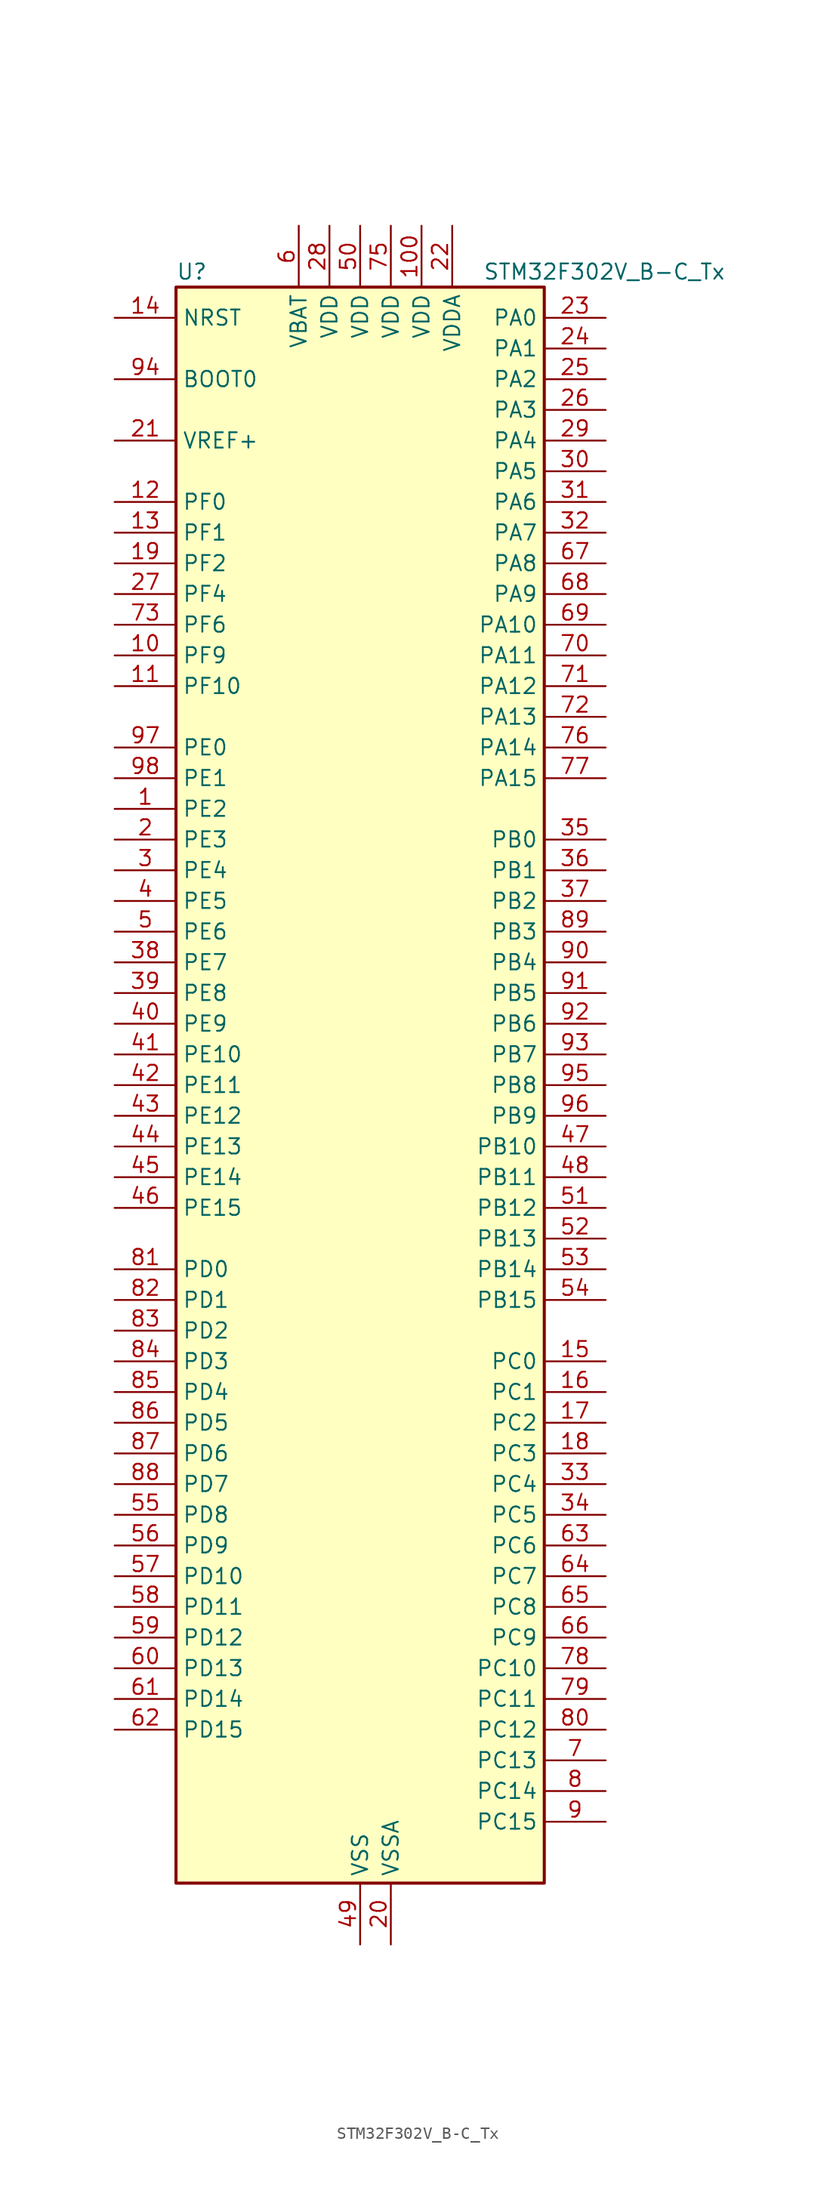
<source format=kicad_sym>
(kicad_symbol_lib
  (version 20231120)
  (generator "kicad_symbol_editor")
  (generator_version "8.0")
  (symbol "STM32F302V_B-C_Tx"
    (property "Reference" "U"
      (at -15.24 67.31 0)
      (effects (font (size 1.27 1.27)) (justify left)))
    (property "Value" "STM32F302V_B-C_Tx"
      (at 10.16 67.31 0)
      (effects (font (size 1.27 1.27)) (justify left)))
    (property "ki_locked" ""
      (at 0 0 0)
      (effects (font (size 1.27 1.27))))
    (symbol "STM32F302V_B-C_Tx_0_1"
      (rectangle (start -15.24 -66.04) (end 15.24 66.04) (stroke (width 0.254) (type default)) (fill (type background))))
    (symbol "STM32F302V_B-C_Tx_1_1"
      (pin bidirectional line (at -20.32 22.86 0) (length 5.08) (name "PE2" (effects (font (size 1.27 1.27)))) (number "1" (effects (font (size 1.27 1.27)))) (alternate "SYS_TRACECK" bidirectional line) (alternate "TIM3_CH1" bidirectional line) (alternate "TSC_G7_IO1" bidirectional line))
      (pin bidirectional line (at -20.32 35.56 0) (length 5.08) (name "PF9" (effects (font (size 1.27 1.27)))) (number "10" (effects (font (size 1.27 1.27)))) (alternate "DAC_EXTI9" bidirectional line) (alternate "SPI2_SCK" bidirectional line) (alternate "TIM15_CH1" bidirectional line))
      (pin power_in line (at 5.08 71.12 270) (length 5.08) (name "VDD" (effects (font (size 1.27 1.27)))) (number "100" (effects (font (size 1.27 1.27)))))
      (pin bidirectional line (at -20.32 33.02 0) (length 5.08) (name "PF10" (effects (font (size 1.27 1.27)))) (number "11" (effects (font (size 1.27 1.27)))) (alternate "SPI2_SCK" bidirectional line) (alternate "TIM15_CH2" bidirectional line))
      (pin bidirectional line (at -20.32 48.26 0) (length 5.08) (name "PF0" (effects (font (size 1.27 1.27)))) (number "12" (effects (font (size 1.27 1.27)))) (alternate "I2C2_SDA" bidirectional line) (alternate "RCC_OSC_IN" bidirectional line) (alternate "TIM1_CH3N" bidirectional line))
      (pin bidirectional line (at -20.32 45.72 0) (length 5.08) (name "PF1" (effects (font (size 1.27 1.27)))) (number "13" (effects (font (size 1.27 1.27)))) (alternate "I2C2_SCL" bidirectional line) (alternate "RCC_OSC_OUT" bidirectional line))
      (pin input line (at -20.32 63.5 0) (length 5.08) (name "NRST" (effects (font (size 1.27 1.27)))) (number "14" (effects (font (size 1.27 1.27)))))
      (pin bidirectional line (at 20.32 -22.86 180) (length 5.08) (name "PC0" (effects (font (size 1.27 1.27)))) (number "15" (effects (font (size 1.27 1.27)))) (alternate "ADC1_IN6" bidirectional line) (alternate "ADC2_IN6" bidirectional line))
      (pin bidirectional line (at 20.32 -25.4 180) (length 5.08) (name "PC1" (effects (font (size 1.27 1.27)))) (number "16" (effects (font (size 1.27 1.27)))) (alternate "ADC1_IN7" bidirectional line) (alternate "ADC2_IN7" bidirectional line))
      (pin bidirectional line (at 20.32 -27.94 180) (length 5.08) (name "PC2" (effects (font (size 1.27 1.27)))) (number "17" (effects (font (size 1.27 1.27)))) (alternate "ADC1_IN8" bidirectional line) (alternate "ADC2_IN8" bidirectional line))
      (pin bidirectional line (at 20.32 -30.48 180) (length 5.08) (name "PC3" (effects (font (size 1.27 1.27)))) (number "18" (effects (font (size 1.27 1.27)))) (alternate "ADC1_IN9" bidirectional line) (alternate "ADC2_IN9" bidirectional line) (alternate "TIM1_BKIN2" bidirectional line))
      (pin bidirectional line (at -20.32 43.18 0) (length 5.08) (name "PF2" (effects (font (size 1.27 1.27)))) (number "19" (effects (font (size 1.27 1.27)))) (alternate "ADC1_IN10" bidirectional line) (alternate "ADC2_IN10" bidirectional line))
      (pin bidirectional line (at -20.32 20.32 0) (length 5.08) (name "PE3" (effects (font (size 1.27 1.27)))) (number "2" (effects (font (size 1.27 1.27)))) (alternate "SYS_TRACED0" bidirectional line) (alternate "TIM3_CH2" bidirectional line) (alternate "TSC_G7_IO2" bidirectional line))
      (pin power_in line (at 2.54 -71.12 90) (length 5.08) (name "VSSA" (effects (font (size 1.27 1.27)))) (number "20" (effects (font (size 1.27 1.27)))))
      (pin input line (at -20.32 53.34 0) (length 5.08) (name "VREF+" (effects (font (size 1.27 1.27)))) (number "21" (effects (font (size 1.27 1.27)))))
      (pin power_in line (at 7.62 71.12 270) (length 5.08) (name "VDDA" (effects (font (size 1.27 1.27)))) (number "22" (effects (font (size 1.27 1.27)))))
      (pin bidirectional line (at 20.32 63.5 180) (length 5.08) (name "PA0" (effects (font (size 1.27 1.27)))) (number "23" (effects (font (size 1.27 1.27)))) (alternate "ADC1_IN1" bidirectional line) (alternate "COMP1_INM" bidirectional line) (alternate "COMP1_OUT" bidirectional line) (alternate "RTC_TAMP2" bidirectional line) (alternate "SYS_WKUP1" bidirectional line) (alternate "TIM2_CH1" bidirectional line) (alternate "TIM2_ETR" bidirectional line) (alternate "TSC_G1_IO1" bidirectional line) (alternate "USART2_CTS" bidirectional line))
      (pin bidirectional line (at 20.32 60.96 180) (length 5.08) (name "PA1" (effects (font (size 1.27 1.27)))) (number "24" (effects (font (size 1.27 1.27)))) (alternate "ADC1_IN2" bidirectional line) (alternate "COMP1_INP" bidirectional line) (alternate "OPAMP1_VINP" bidirectional line) (alternate "OPAMP1_VINP_SEC" bidirectional line) (alternate "RTC_REFIN" bidirectional line) (alternate "TIM15_CH1N" bidirectional line) (alternate "TIM2_CH2" bidirectional line) (alternate "TSC_G1_IO2" bidirectional line) (alternate "USART2_DE" bidirectional line) (alternate "USART2_RTS" bidirectional line))
      (pin bidirectional line (at 20.32 58.42 180) (length 5.08) (name "PA2" (effects (font (size 1.27 1.27)))) (number "25" (effects (font (size 1.27 1.27)))) (alternate "ADC1_IN3" bidirectional line) (alternate "COMP2_INM" bidirectional line) (alternate "COMP2_OUT" bidirectional line) (alternate "OPAMP1_VOUT" bidirectional line) (alternate "TIM15_CH1" bidirectional line) (alternate "TIM2_CH3" bidirectional line) (alternate "TSC_G1_IO3" bidirectional line) (alternate "USART2_TX" bidirectional line))
      (pin bidirectional line (at 20.32 55.88 180) (length 5.08) (name "PA3" (effects (font (size 1.27 1.27)))) (number "26" (effects (font (size 1.27 1.27)))) (alternate "ADC1_IN4" bidirectional line) (alternate "COMP2_INP" bidirectional line) (alternate "OPAMP1_VINM" bidirectional line) (alternate "OPAMP1_VINM_SEC" bidirectional line) (alternate "OPAMP1_VINP" bidirectional line) (alternate "OPAMP1_VINP_SEC" bidirectional line) (alternate "TIM15_CH2" bidirectional line) (alternate "TIM2_CH4" bidirectional line) (alternate "TSC_G1_IO4" bidirectional line) (alternate "USART2_RX" bidirectional line))
      (pin bidirectional line (at -20.32 40.64 0) (length 5.08) (name "PF4" (effects (font (size 1.27 1.27)))) (number "27" (effects (font (size 1.27 1.27)))) (alternate "ADC1_IN5" bidirectional line) (alternate "COMP1_OUT" bidirectional line))
      (pin power_in line (at -2.54 71.12 270) (length 5.08) (name "VDD" (effects (font (size 1.27 1.27)))) (number "28" (effects (font (size 1.27 1.27)))))
      (pin bidirectional line (at 20.32 53.34 180) (length 5.08) (name "PA4" (effects (font (size 1.27 1.27)))) (number "29" (effects (font (size 1.27 1.27)))) (alternate "ADC2_IN1" bidirectional line) (alternate "COMP1_INM" bidirectional line) (alternate "COMP2_INM" bidirectional line) (alternate "COMP4_INM" bidirectional line) (alternate "COMP6_INM" bidirectional line) (alternate "DAC_OUT1" bidirectional line) (alternate "I2S3_WS" bidirectional line) (alternate "SPI1_NSS" bidirectional line) (alternate "SPI3_NSS" bidirectional line) (alternate "TIM3_CH2" bidirectional line) (alternate "TSC_G2_IO1" bidirectional line) (alternate "USART2_CK" bidirectional line))
      (pin bidirectional line (at -20.32 17.78 0) (length 5.08) (name "PE4" (effects (font (size 1.27 1.27)))) (number "3" (effects (font (size 1.27 1.27)))) (alternate "SYS_TRACED1" bidirectional line) (alternate "TIM3_CH3" bidirectional line) (alternate "TSC_G7_IO3" bidirectional line))
      (pin bidirectional line (at 20.32 50.8 180) (length 5.08) (name "PA5" (effects (font (size 1.27 1.27)))) (number "30" (effects (font (size 1.27 1.27)))) (alternate "ADC2_IN2" bidirectional line) (alternate "COMP1_INM" bidirectional line) (alternate "COMP2_INM" bidirectional line) (alternate "COMP4_INM" bidirectional line) (alternate "COMP6_INM" bidirectional line) (alternate "OPAMP1_VINP" bidirectional line) (alternate "OPAMP1_VINP_SEC" bidirectional line) (alternate "OPAMP2_VINM" bidirectional line) (alternate "OPAMP2_VINM_SEC" bidirectional line) (alternate "SPI1_SCK" bidirectional line) (alternate "TIM2_CH1" bidirectional line) (alternate "TIM2_ETR" bidirectional line) (alternate "TSC_G2_IO2" bidirectional line))
      (pin bidirectional line (at 20.32 48.26 180) (length 5.08) (name "PA6" (effects (font (size 1.27 1.27)))) (number "31" (effects (font (size 1.27 1.27)))) (alternate "ADC2_IN3" bidirectional line) (alternate "COMP1_OUT" bidirectional line) (alternate "OPAMP2_VOUT" bidirectional line) (alternate "SPI1_MISO" bidirectional line) (alternate "TIM16_CH1" bidirectional line) (alternate "TIM1_BKIN" bidirectional line) (alternate "TIM3_CH1" bidirectional line) (alternate "TSC_G2_IO3" bidirectional line))
      (pin bidirectional line (at 20.32 45.72 180) (length 5.08) (name "PA7" (effects (font (size 1.27 1.27)))) (number "32" (effects (font (size 1.27 1.27)))) (alternate "ADC2_IN4" bidirectional line) (alternate "COMP2_INP" bidirectional line) (alternate "COMP2_OUT" bidirectional line) (alternate "OPAMP1_VINP" bidirectional line) (alternate "OPAMP1_VINP_SEC" bidirectional line) (alternate "OPAMP2_VINP" bidirectional line) (alternate "OPAMP2_VINP_SEC" bidirectional line) (alternate "SPI1_MOSI" bidirectional line) (alternate "TIM17_CH1" bidirectional line) (alternate "TIM1_CH1N" bidirectional line) (alternate "TIM3_CH2" bidirectional line) (alternate "TSC_G2_IO4" bidirectional line))
      (pin bidirectional line (at 20.32 -33.02 180) (length 5.08) (name "PC4" (effects (font (size 1.27 1.27)))) (number "33" (effects (font (size 1.27 1.27)))) (alternate "ADC2_IN5" bidirectional line) (alternate "USART1_TX" bidirectional line))
      (pin bidirectional line (at 20.32 -35.56 180) (length 5.08) (name "PC5" (effects (font (size 1.27 1.27)))) (number "34" (effects (font (size 1.27 1.27)))) (alternate "ADC2_IN11" bidirectional line) (alternate "OPAMP1_VINM" bidirectional line) (alternate "OPAMP1_VINM_SEC" bidirectional line) (alternate "OPAMP2_VINM" bidirectional line) (alternate "OPAMP2_VINM_SEC" bidirectional line) (alternate "TSC_G3_IO1" bidirectional line) (alternate "USART1_RX" bidirectional line))
      (pin bidirectional line (at 20.32 20.32 180) (length 5.08) (name "PB0" (effects (font (size 1.27 1.27)))) (number "35" (effects (font (size 1.27 1.27)))) (alternate "COMP4_INP" bidirectional line) (alternate "OPAMP2_VINP" bidirectional line) (alternate "OPAMP2_VINP_SEC" bidirectional line) (alternate "TIM1_CH2N" bidirectional line) (alternate "TIM3_CH3" bidirectional line) (alternate "TSC_G3_IO2" bidirectional line))
      (pin bidirectional line (at 20.32 17.78 180) (length 5.08) (name "PB1" (effects (font (size 1.27 1.27)))) (number "36" (effects (font (size 1.27 1.27)))) (alternate "COMP4_OUT" bidirectional line) (alternate "TIM1_CH3N" bidirectional line) (alternate "TIM3_CH4" bidirectional line) (alternate "TSC_G3_IO3" bidirectional line))
      (pin bidirectional line (at 20.32 15.24 180) (length 5.08) (name "PB2" (effects (font (size 1.27 1.27)))) (number "37" (effects (font (size 1.27 1.27)))) (alternate "ADC2_IN12" bidirectional line) (alternate "COMP4_INM" bidirectional line) (alternate "TSC_G3_IO4" bidirectional line))
      (pin bidirectional line (at -20.32 10.16 0) (length 5.08) (name "PE7" (effects (font (size 1.27 1.27)))) (number "38" (effects (font (size 1.27 1.27)))) (alternate "COMP4_INP" bidirectional line) (alternate "TIM1_ETR" bidirectional line))
      (pin bidirectional line (at -20.32 7.62 0) (length 5.08) (name "PE8" (effects (font (size 1.27 1.27)))) (number "39" (effects (font (size 1.27 1.27)))) (alternate "COMP4_INM" bidirectional line) (alternate "TIM1_CH1N" bidirectional line))
      (pin bidirectional line (at -20.32 15.24 0) (length 5.08) (name "PE5" (effects (font (size 1.27 1.27)))) (number "4" (effects (font (size 1.27 1.27)))) (alternate "SYS_TRACED2" bidirectional line) (alternate "TIM3_CH4" bidirectional line) (alternate "TSC_G7_IO4" bidirectional line))
      (pin bidirectional line (at -20.32 5.08 0) (length 5.08) (name "PE9" (effects (font (size 1.27 1.27)))) (number "40" (effects (font (size 1.27 1.27)))) (alternate "DAC_EXTI9" bidirectional line) (alternate "TIM1_CH1" bidirectional line))
      (pin bidirectional line (at -20.32 2.54 0) (length 5.08) (name "PE10" (effects (font (size 1.27 1.27)))) (number "41" (effects (font (size 1.27 1.27)))) (alternate "TIM1_CH2N" bidirectional line))
      (pin bidirectional line (at -20.32 0 0) (length 5.08) (name "PE11" (effects (font (size 1.27 1.27)))) (number "42" (effects (font (size 1.27 1.27)))) (alternate "ADC1_EXTI11" bidirectional line) (alternate "ADC2_EXTI11" bidirectional line) (alternate "TIM1_CH2" bidirectional line))
      (pin bidirectional line (at -20.32 -2.54 0) (length 5.08) (name "PE12" (effects (font (size 1.27 1.27)))) (number "43" (effects (font (size 1.27 1.27)))) (alternate "TIM1_CH3N" bidirectional line))
      (pin bidirectional line (at -20.32 -5.08 0) (length 5.08) (name "PE13" (effects (font (size 1.27 1.27)))) (number "44" (effects (font (size 1.27 1.27)))) (alternate "TIM1_CH3" bidirectional line))
      (pin bidirectional line (at -20.32 -7.62 0) (length 5.08) (name "PE14" (effects (font (size 1.27 1.27)))) (number "45" (effects (font (size 1.27 1.27)))) (alternate "TIM1_BKIN2" bidirectional line) (alternate "TIM1_CH4" bidirectional line))
      (pin bidirectional line (at -20.32 -10.16 0) (length 5.08) (name "PE15" (effects (font (size 1.27 1.27)))) (number "46" (effects (font (size 1.27 1.27)))) (alternate "ADC1_EXTI15" bidirectional line) (alternate "ADC2_EXTI15" bidirectional line) (alternate "TIM1_BKIN" bidirectional line) (alternate "USART3_RX" bidirectional line))
      (pin bidirectional line (at 20.32 -5.08 180) (length 5.08) (name "PB10" (effects (font (size 1.27 1.27)))) (number "47" (effects (font (size 1.27 1.27)))) (alternate "TIM2_CH3" bidirectional line) (alternate "TSC_SYNC" bidirectional line) (alternate "USART3_TX" bidirectional line))
      (pin bidirectional line (at 20.32 -7.62 180) (length 5.08) (name "PB11" (effects (font (size 1.27 1.27)))) (number "48" (effects (font (size 1.27 1.27)))) (alternate "ADC1_EXTI11" bidirectional line) (alternate "ADC2_EXTI11" bidirectional line) (alternate "COMP6_INP" bidirectional line) (alternate "TIM2_CH4" bidirectional line) (alternate "TSC_G6_IO1" bidirectional line) (alternate "USART3_RX" bidirectional line))
      (pin power_in line (at 0 -71.12 90) (length 5.08) (name "VSS" (effects (font (size 1.27 1.27)))) (number "49" (effects (font (size 1.27 1.27)))))
      (pin bidirectional line (at -20.32 12.7 0) (length 5.08) (name "PE6" (effects (font (size 1.27 1.27)))) (number "5" (effects (font (size 1.27 1.27)))) (alternate "RTC_TAMP3" bidirectional line) (alternate "SYS_TRACED3" bidirectional line) (alternate "SYS_WKUP3" bidirectional line))
      (pin power_in line (at 0 71.12 270) (length 5.08) (name "VDD" (effects (font (size 1.27 1.27)))) (number "50" (effects (font (size 1.27 1.27)))))
      (pin bidirectional line (at 20.32 -10.16 180) (length 5.08) (name "PB12" (effects (font (size 1.27 1.27)))) (number "51" (effects (font (size 1.27 1.27)))) (alternate "I2C2_SMBA" bidirectional line) (alternate "I2S2_WS" bidirectional line) (alternate "SPI2_NSS" bidirectional line) (alternate "TIM1_BKIN" bidirectional line) (alternate "TSC_G6_IO2" bidirectional line) (alternate "USART3_CK" bidirectional line))
      (pin bidirectional line (at 20.32 -12.7 180) (length 5.08) (name "PB13" (effects (font (size 1.27 1.27)))) (number "52" (effects (font (size 1.27 1.27)))) (alternate "I2S2_CK" bidirectional line) (alternate "SPI2_SCK" bidirectional line) (alternate "TIM1_CH1N" bidirectional line) (alternate "TSC_G6_IO3" bidirectional line) (alternate "USART3_CTS" bidirectional line))
      (pin bidirectional line (at 20.32 -15.24 180) (length 5.08) (name "PB14" (effects (font (size 1.27 1.27)))) (number "53" (effects (font (size 1.27 1.27)))) (alternate "I2S2_ext_SD" bidirectional line) (alternate "OPAMP2_VINP" bidirectional line) (alternate "OPAMP2_VINP_SEC" bidirectional line) (alternate "SPI2_MISO" bidirectional line) (alternate "TIM15_CH1" bidirectional line) (alternate "TIM1_CH2N" bidirectional line) (alternate "TSC_G6_IO4" bidirectional line) (alternate "USART3_DE" bidirectional line) (alternate "USART3_RTS" bidirectional line))
      (pin bidirectional line (at 20.32 -17.78 180) (length 5.08) (name "PB15" (effects (font (size 1.27 1.27)))) (number "54" (effects (font (size 1.27 1.27)))) (alternate "ADC1_EXTI15" bidirectional line) (alternate "ADC2_EXTI15" bidirectional line) (alternate "COMP6_INM" bidirectional line) (alternate "I2S2_SD" bidirectional line) (alternate "RTC_REFIN" bidirectional line) (alternate "SPI2_MOSI" bidirectional line) (alternate "TIM15_CH1N" bidirectional line) (alternate "TIM15_CH2" bidirectional line) (alternate "TIM1_CH3N" bidirectional line))
      (pin bidirectional line (at -20.32 -35.56 0) (length 5.08) (name "PD8" (effects (font (size 1.27 1.27)))) (number "55" (effects (font (size 1.27 1.27)))) (alternate "USART3_TX" bidirectional line))
      (pin bidirectional line (at -20.32 -38.1 0) (length 5.08) (name "PD9" (effects (font (size 1.27 1.27)))) (number "56" (effects (font (size 1.27 1.27)))) (alternate "DAC_EXTI9" bidirectional line) (alternate "USART3_RX" bidirectional line))
      (pin bidirectional line (at -20.32 -40.64 0) (length 5.08) (name "PD10" (effects (font (size 1.27 1.27)))) (number "57" (effects (font (size 1.27 1.27)))) (alternate "COMP6_INM" bidirectional line) (alternate "USART3_CK" bidirectional line))
      (pin bidirectional line (at -20.32 -43.18 0) (length 5.08) (name "PD11" (effects (font (size 1.27 1.27)))) (number "58" (effects (font (size 1.27 1.27)))) (alternate "ADC1_EXTI11" bidirectional line) (alternate "ADC2_EXTI11" bidirectional line) (alternate "COMP6_INP" bidirectional line) (alternate "USART3_CTS" bidirectional line))
      (pin bidirectional line (at -20.32 -45.72 0) (length 5.08) (name "PD12" (effects (font (size 1.27 1.27)))) (number "59" (effects (font (size 1.27 1.27)))) (alternate "TIM4_CH1" bidirectional line) (alternate "TSC_G8_IO1" bidirectional line) (alternate "USART3_DE" bidirectional line) (alternate "USART3_RTS" bidirectional line))
      (pin power_in line (at -5.08 71.12 270) (length 5.08) (name "VBAT" (effects (font (size 1.27 1.27)))) (number "6" (effects (font (size 1.27 1.27)))))
      (pin bidirectional line (at -20.32 -48.26 0) (length 5.08) (name "PD13" (effects (font (size 1.27 1.27)))) (number "60" (effects (font (size 1.27 1.27)))) (alternate "TIM4_CH2" bidirectional line) (alternate "TSC_G8_IO2" bidirectional line))
      (pin bidirectional line (at -20.32 -50.8 0) (length 5.08) (name "PD14" (effects (font (size 1.27 1.27)))) (number "61" (effects (font (size 1.27 1.27)))) (alternate "OPAMP2_VINP" bidirectional line) (alternate "OPAMP2_VINP_SEC" bidirectional line) (alternate "TIM4_CH3" bidirectional line) (alternate "TSC_G8_IO3" bidirectional line))
      (pin bidirectional line (at -20.32 -53.34 0) (length 5.08) (name "PD15" (effects (font (size 1.27 1.27)))) (number "62" (effects (font (size 1.27 1.27)))) (alternate "ADC1_EXTI15" bidirectional line) (alternate "ADC2_EXTI15" bidirectional line) (alternate "SPI2_NSS" bidirectional line) (alternate "TIM4_CH4" bidirectional line) (alternate "TSC_G8_IO4" bidirectional line))
      (pin bidirectional line (at 20.32 -38.1 180) (length 5.08) (name "PC6" (effects (font (size 1.27 1.27)))) (number "63" (effects (font (size 1.27 1.27)))) (alternate "COMP6_OUT" bidirectional line) (alternate "I2S2_MCK" bidirectional line) (alternate "TIM3_CH1" bidirectional line))
      (pin bidirectional line (at 20.32 -40.64 180) (length 5.08) (name "PC7" (effects (font (size 1.27 1.27)))) (number "64" (effects (font (size 1.27 1.27)))) (alternate "I2S3_MCK" bidirectional line) (alternate "TIM3_CH2" bidirectional line))
      (pin bidirectional line (at 20.32 -43.18 180) (length 5.08) (name "PC8" (effects (font (size 1.27 1.27)))) (number "65" (effects (font (size 1.27 1.27)))) (alternate "TIM3_CH3" bidirectional line))
      (pin bidirectional line (at 20.32 -45.72 180) (length 5.08) (name "PC9" (effects (font (size 1.27 1.27)))) (number "66" (effects (font (size 1.27 1.27)))) (alternate "DAC_EXTI9" bidirectional line) (alternate "I2S_CKIN" bidirectional line) (alternate "TIM3_CH4" bidirectional line))
      (pin bidirectional line (at 20.32 43.18 180) (length 5.08) (name "PA8" (effects (font (size 1.27 1.27)))) (number "67" (effects (font (size 1.27 1.27)))) (alternate "I2C2_SMBA" bidirectional line) (alternate "I2S2_MCK" bidirectional line) (alternate "RCC_MCO" bidirectional line) (alternate "TIM1_CH1" bidirectional line) (alternate "TIM4_ETR" bidirectional line) (alternate "USART1_CK" bidirectional line))
      (pin bidirectional line (at 20.32 40.64 180) (length 5.08) (name "PA9" (effects (font (size 1.27 1.27)))) (number "68" (effects (font (size 1.27 1.27)))) (alternate "DAC_EXTI9" bidirectional line) (alternate "I2C2_SCL" bidirectional line) (alternate "I2S3_MCK" bidirectional line) (alternate "TIM15_BKIN" bidirectional line) (alternate "TIM1_CH2" bidirectional line) (alternate "TIM2_CH3" bidirectional line) (alternate "TSC_G4_IO1" bidirectional line) (alternate "USART1_TX" bidirectional line))
      (pin bidirectional line (at 20.32 38.1 180) (length 5.08) (name "PA10" (effects (font (size 1.27 1.27)))) (number "69" (effects (font (size 1.27 1.27)))) (alternate "COMP6_OUT" bidirectional line) (alternate "I2C2_SDA" bidirectional line) (alternate "TIM17_BKIN" bidirectional line) (alternate "TIM1_CH3" bidirectional line) (alternate "TIM2_CH4" bidirectional line) (alternate "TSC_G4_IO2" bidirectional line) (alternate "USART1_RX" bidirectional line))
      (pin bidirectional line (at 20.32 -55.88 180) (length 5.08) (name "PC13" (effects (font (size 1.27 1.27)))) (number "7" (effects (font (size 1.27 1.27)))) (alternate "RTC_OUT_ALARM" bidirectional line) (alternate "RTC_OUT_CALIB" bidirectional line) (alternate "RTC_TAMP1" bidirectional line) (alternate "RTC_TS" bidirectional line) (alternate "SYS_WKUP2" bidirectional line) (alternate "TIM1_CH1N" bidirectional line))
      (pin bidirectional line (at 20.32 35.56 180) (length 5.08) (name "PA11" (effects (font (size 1.27 1.27)))) (number "70" (effects (font (size 1.27 1.27)))) (alternate "ADC1_EXTI11" bidirectional line) (alternate "ADC2_EXTI11" bidirectional line) (alternate "CAN_RX" bidirectional line) (alternate "COMP1_OUT" bidirectional line) (alternate "TIM1_BKIN2" bidirectional line) (alternate "TIM1_CH1N" bidirectional line) (alternate "TIM1_CH4" bidirectional line) (alternate "TIM4_CH1" bidirectional line) (alternate "USART1_CTS" bidirectional line) (alternate "USB_DM" bidirectional line))
      (pin bidirectional line (at 20.32 33.02 180) (length 5.08) (name "PA12" (effects (font (size 1.27 1.27)))) (number "71" (effects (font (size 1.27 1.27)))) (alternate "CAN_TX" bidirectional line) (alternate "COMP2_OUT" bidirectional line) (alternate "TIM16_CH1" bidirectional line) (alternate "TIM1_CH2N" bidirectional line) (alternate "TIM1_ETR" bidirectional line) (alternate "TIM4_CH2" bidirectional line) (alternate "USART1_DE" bidirectional line) (alternate "USART1_RTS" bidirectional line) (alternate "USB_DP" bidirectional line))
      (pin bidirectional line (at 20.32 30.48 180) (length 5.08) (name "PA13" (effects (font (size 1.27 1.27)))) (number "72" (effects (font (size 1.27 1.27)))) (alternate "IR_OUT" bidirectional line) (alternate "SYS_JTMS-SWDIO" bidirectional line) (alternate "TIM16_CH1N" bidirectional line) (alternate "TIM4_CH3" bidirectional line) (alternate "TSC_G4_IO3" bidirectional line) (alternate "USART3_CTS" bidirectional line))
      (pin bidirectional line (at -20.32 38.1 0) (length 5.08) (name "PF6" (effects (font (size 1.27 1.27)))) (number "73" (effects (font (size 1.27 1.27)))) (alternate "I2C2_SCL" bidirectional line) (alternate "TIM4_CH4" bidirectional line) (alternate "USART3_DE" bidirectional line) (alternate "USART3_RTS" bidirectional line))
      (pin passive line (at 0 -71.12 90) (length 5.08) hide (name "VSS" (effects (font (size 1.27 1.27)))) (number "74" (effects (font (size 1.27 1.27)))))
      (pin power_in line (at 2.54 71.12 270) (length 5.08) (name "VDD" (effects (font (size 1.27 1.27)))) (number "75" (effects (font (size 1.27 1.27)))))
      (pin bidirectional line (at 20.32 27.94 180) (length 5.08) (name "PA14" (effects (font (size 1.27 1.27)))) (number "76" (effects (font (size 1.27 1.27)))) (alternate "I2C1_SDA" bidirectional line) (alternate "SYS_JTCK-SWCLK" bidirectional line) (alternate "TIM1_BKIN" bidirectional line) (alternate "TSC_G4_IO4" bidirectional line) (alternate "USART2_TX" bidirectional line))
      (pin bidirectional line (at 20.32 25.4 180) (length 5.08) (name "PA15" (effects (font (size 1.27 1.27)))) (number "77" (effects (font (size 1.27 1.27)))) (alternate "ADC1_EXTI15" bidirectional line) (alternate "ADC2_EXTI15" bidirectional line) (alternate "I2C1_SCL" bidirectional line) (alternate "I2S3_WS" bidirectional line) (alternate "SPI1_NSS" bidirectional line) (alternate "SPI3_NSS" bidirectional line) (alternate "SYS_JTDI" bidirectional line) (alternate "TIM1_BKIN" bidirectional line) (alternate "TIM2_CH1" bidirectional line) (alternate "TIM2_ETR" bidirectional line) (alternate "USART2_RX" bidirectional line))
      (pin bidirectional line (at 20.32 -48.26 180) (length 5.08) (name "PC10" (effects (font (size 1.27 1.27)))) (number "78" (effects (font (size 1.27 1.27)))) (alternate "I2S3_CK" bidirectional line) (alternate "SPI3_SCK" bidirectional line) (alternate "UART4_TX" bidirectional line) (alternate "USART3_TX" bidirectional line))
      (pin bidirectional line (at 20.32 -50.8 180) (length 5.08) (name "PC11" (effects (font (size 1.27 1.27)))) (number "79" (effects (font (size 1.27 1.27)))) (alternate "ADC1_EXTI11" bidirectional line) (alternate "ADC2_EXTI11" bidirectional line) (alternate "I2S3_ext_SD" bidirectional line) (alternate "SPI3_MISO" bidirectional line) (alternate "UART4_RX" bidirectional line) (alternate "USART3_RX" bidirectional line))
      (pin bidirectional line (at 20.32 -58.42 180) (length 5.08) (name "PC14" (effects (font (size 1.27 1.27)))) (number "8" (effects (font (size 1.27 1.27)))) (alternate "RCC_OSC32_IN" bidirectional line))
      (pin bidirectional line (at 20.32 -53.34 180) (length 5.08) (name "PC12" (effects (font (size 1.27 1.27)))) (number "80" (effects (font (size 1.27 1.27)))) (alternate "I2S3_SD" bidirectional line) (alternate "SPI3_MOSI" bidirectional line) (alternate "UART5_TX" bidirectional line) (alternate "USART3_CK" bidirectional line))
      (pin bidirectional line (at -20.32 -15.24 0) (length 5.08) (name "PD0" (effects (font (size 1.27 1.27)))) (number "81" (effects (font (size 1.27 1.27)))) (alternate "CAN_RX" bidirectional line))
      (pin bidirectional line (at -20.32 -17.78 0) (length 5.08) (name "PD1" (effects (font (size 1.27 1.27)))) (number "82" (effects (font (size 1.27 1.27)))) (alternate "CAN_TX" bidirectional line))
      (pin bidirectional line (at -20.32 -20.32 0) (length 5.08) (name "PD2" (effects (font (size 1.27 1.27)))) (number "83" (effects (font (size 1.27 1.27)))) (alternate "TIM3_ETR" bidirectional line) (alternate "UART5_RX" bidirectional line))
      (pin bidirectional line (at -20.32 -22.86 0) (length 5.08) (name "PD3" (effects (font (size 1.27 1.27)))) (number "84" (effects (font (size 1.27 1.27)))) (alternate "TIM2_CH1" bidirectional line) (alternate "TIM2_ETR" bidirectional line) (alternate "USART2_CTS" bidirectional line))
      (pin bidirectional line (at -20.32 -25.4 0) (length 5.08) (name "PD4" (effects (font (size 1.27 1.27)))) (number "85" (effects (font (size 1.27 1.27)))) (alternate "TIM2_CH2" bidirectional line) (alternate "USART2_DE" bidirectional line) (alternate "USART2_RTS" bidirectional line))
      (pin bidirectional line (at -20.32 -27.94 0) (length 5.08) (name "PD5" (effects (font (size 1.27 1.27)))) (number "86" (effects (font (size 1.27 1.27)))) (alternate "USART2_TX" bidirectional line))
      (pin bidirectional line (at -20.32 -30.48 0) (length 5.08) (name "PD6" (effects (font (size 1.27 1.27)))) (number "87" (effects (font (size 1.27 1.27)))) (alternate "TIM2_CH4" bidirectional line) (alternate "USART2_RX" bidirectional line))
      (pin bidirectional line (at -20.32 -33.02 0) (length 5.08) (name "PD7" (effects (font (size 1.27 1.27)))) (number "88" (effects (font (size 1.27 1.27)))) (alternate "TIM2_CH3" bidirectional line) (alternate "USART2_CK" bidirectional line))
      (pin bidirectional line (at 20.32 12.7 180) (length 5.08) (name "PB3" (effects (font (size 1.27 1.27)))) (number "89" (effects (font (size 1.27 1.27)))) (alternate "I2S3_CK" bidirectional line) (alternate "SPI1_SCK" bidirectional line) (alternate "SPI3_SCK" bidirectional line) (alternate "SYS_JTDO-TRACESWO" bidirectional line) (alternate "TIM2_CH2" bidirectional line) (alternate "TIM3_ETR" bidirectional line) (alternate "TIM4_ETR" bidirectional line) (alternate "TSC_G5_IO1" bidirectional line) (alternate "USART2_TX" bidirectional line))
      (pin bidirectional line (at 20.32 -60.96 180) (length 5.08) (name "PC15" (effects (font (size 1.27 1.27)))) (number "9" (effects (font (size 1.27 1.27)))) (alternate "ADC1_EXTI15" bidirectional line) (alternate "ADC2_EXTI15" bidirectional line) (alternate "RCC_OSC32_OUT" bidirectional line))
      (pin bidirectional line (at 20.32 10.16 180) (length 5.08) (name "PB4" (effects (font (size 1.27 1.27)))) (number "90" (effects (font (size 1.27 1.27)))) (alternate "I2S3_ext_SD" bidirectional line) (alternate "SPI1_MISO" bidirectional line) (alternate "SPI3_MISO" bidirectional line) (alternate "SYS_NJTRST" bidirectional line) (alternate "TIM16_CH1" bidirectional line) (alternate "TIM17_BKIN" bidirectional line) (alternate "TIM3_CH1" bidirectional line) (alternate "TSC_G5_IO2" bidirectional line) (alternate "USART2_RX" bidirectional line))
      (pin bidirectional line (at 20.32 7.62 180) (length 5.08) (name "PB5" (effects (font (size 1.27 1.27)))) (number "91" (effects (font (size 1.27 1.27)))) (alternate "I2C1_SMBA" bidirectional line) (alternate "I2S3_SD" bidirectional line) (alternate "SPI1_MOSI" bidirectional line) (alternate "SPI3_MOSI" bidirectional line) (alternate "TIM16_BKIN" bidirectional line) (alternate "TIM17_CH1" bidirectional line) (alternate "TIM3_CH2" bidirectional line) (alternate "USART2_CK" bidirectional line))
      (pin bidirectional line (at 20.32 5.08 180) (length 5.08) (name "PB6" (effects (font (size 1.27 1.27)))) (number "92" (effects (font (size 1.27 1.27)))) (alternate "I2C1_SCL" bidirectional line) (alternate "TIM16_CH1N" bidirectional line) (alternate "TIM4_CH1" bidirectional line) (alternate "TSC_G5_IO3" bidirectional line) (alternate "USART1_TX" bidirectional line))
      (pin bidirectional line (at 20.32 2.54 180) (length 5.08) (name "PB7" (effects (font (size 1.27 1.27)))) (number "93" (effects (font (size 1.27 1.27)))) (alternate "I2C1_SDA" bidirectional line) (alternate "TIM17_CH1N" bidirectional line) (alternate "TIM3_CH4" bidirectional line) (alternate "TIM4_CH2" bidirectional line) (alternate "TSC_G5_IO4" bidirectional line) (alternate "USART1_RX" bidirectional line))
      (pin input line (at -20.32 58.42 0) (length 5.08) (name "BOOT0" (effects (font (size 1.27 1.27)))) (number "94" (effects (font (size 1.27 1.27)))))
      (pin bidirectional line (at 20.32 0 180) (length 5.08) (name "PB8" (effects (font (size 1.27 1.27)))) (number "95" (effects (font (size 1.27 1.27)))) (alternate "CAN_RX" bidirectional line) (alternate "COMP1_OUT" bidirectional line) (alternate "I2C1_SCL" bidirectional line) (alternate "TIM16_CH1" bidirectional line) (alternate "TIM1_BKIN" bidirectional line) (alternate "TIM4_CH3" bidirectional line) (alternate "TSC_SYNC" bidirectional line))
      (pin bidirectional line (at 20.32 -2.54 180) (length 5.08) (name "PB9" (effects (font (size 1.27 1.27)))) (number "96" (effects (font (size 1.27 1.27)))) (alternate "CAN_TX" bidirectional line) (alternate "COMP2_OUT" bidirectional line) (alternate "DAC_EXTI9" bidirectional line) (alternate "I2C1_SDA" bidirectional line) (alternate "IR_OUT" bidirectional line) (alternate "TIM17_CH1" bidirectional line) (alternate "TIM4_CH4" bidirectional line))
      (pin bidirectional line (at -20.32 27.94 0) (length 5.08) (name "PE0" (effects (font (size 1.27 1.27)))) (number "97" (effects (font (size 1.27 1.27)))) (alternate "TIM16_CH1" bidirectional line) (alternate "TIM4_ETR" bidirectional line) (alternate "USART1_TX" bidirectional line))
      (pin bidirectional line (at -20.32 25.4 0) (length 5.08) (name "PE1" (effects (font (size 1.27 1.27)))) (number "98" (effects (font (size 1.27 1.27)))) (alternate "TIM17_CH1" bidirectional line) (alternate "USART1_RX" bidirectional line))
      (pin passive line (at 0 -71.12 90) (length 5.08) hide (name "VSS" (effects (font (size 1.27 1.27)))) (number "99" (effects (font (size 1.27 1.27))))))))
</source>
